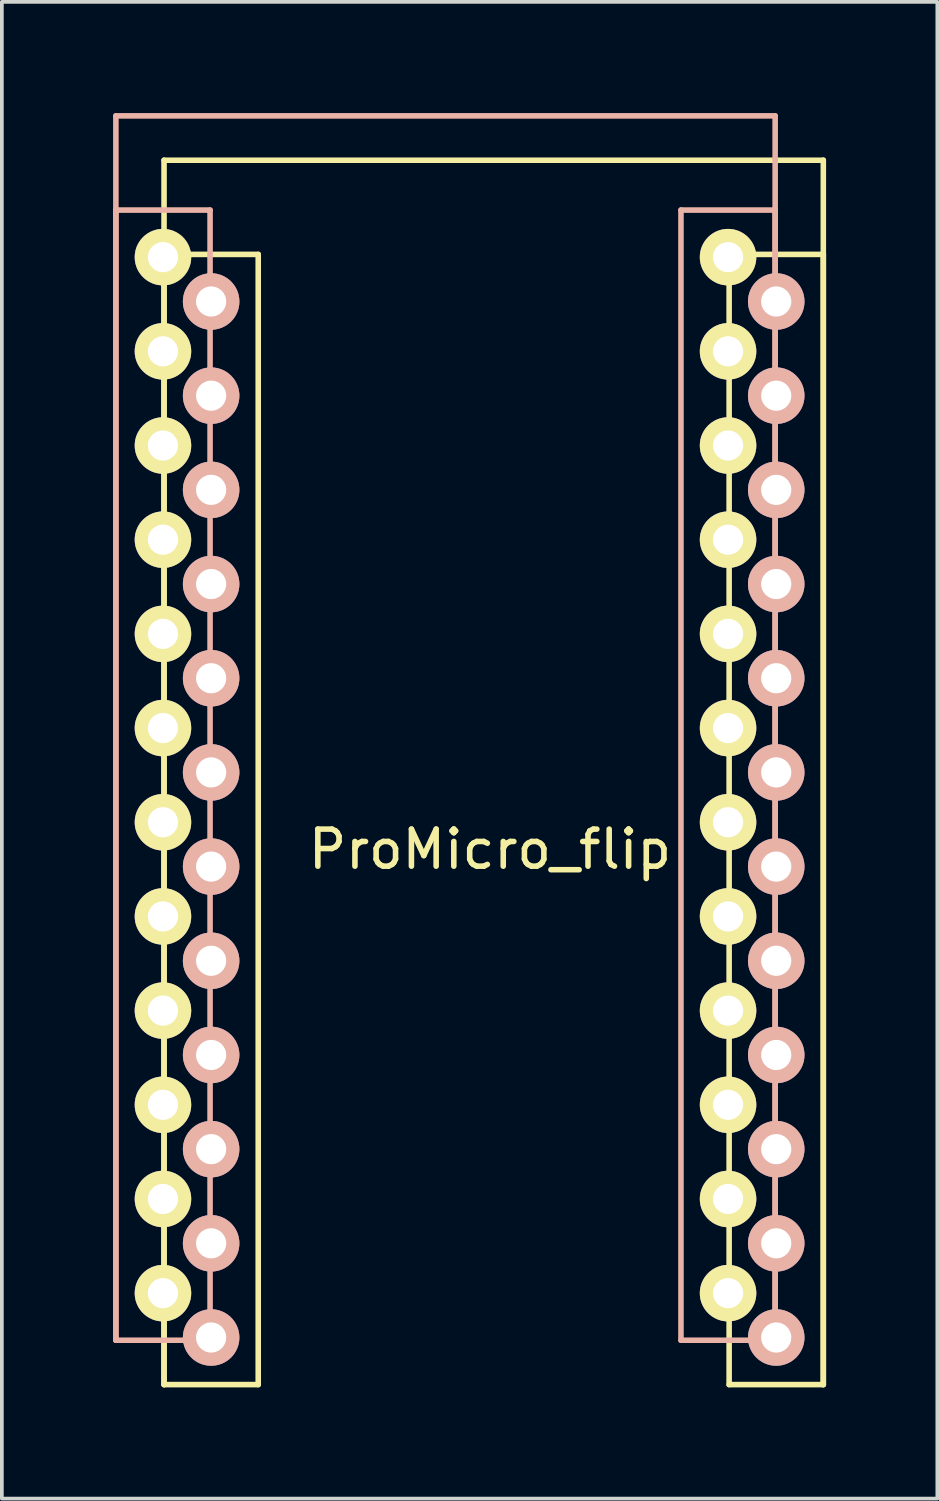
<source format=kicad_pcb>
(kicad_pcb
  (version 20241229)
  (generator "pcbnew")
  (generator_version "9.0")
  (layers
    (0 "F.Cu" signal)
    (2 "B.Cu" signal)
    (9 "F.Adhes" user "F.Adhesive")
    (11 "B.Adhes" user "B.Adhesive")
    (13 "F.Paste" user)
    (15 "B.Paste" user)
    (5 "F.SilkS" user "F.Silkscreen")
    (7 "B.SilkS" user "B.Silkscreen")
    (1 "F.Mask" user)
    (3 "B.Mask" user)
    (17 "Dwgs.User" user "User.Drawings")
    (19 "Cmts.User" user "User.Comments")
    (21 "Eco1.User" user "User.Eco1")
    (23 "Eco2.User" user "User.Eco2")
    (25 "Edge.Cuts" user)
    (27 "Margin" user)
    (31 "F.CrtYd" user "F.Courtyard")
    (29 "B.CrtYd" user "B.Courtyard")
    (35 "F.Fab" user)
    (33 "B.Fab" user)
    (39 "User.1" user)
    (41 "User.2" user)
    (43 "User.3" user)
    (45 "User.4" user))
  (footprint "ProMicro_flip"
    (layer "F.Cu")
    (at 10.165 18.655)
    (property "Reference" "ProMicro_flip" (at 0 1.2 0) (layer "F.SilkS") (effects (font (size 1 1) (thickness 0.15))))
    (attr through_hole)
    (fp_line (start -8.791 -17.384) (end -8.791 15.636) (stroke (width 0.15) (type solid)) (layer "F.SilkS"))
    (fp_line (start -8.791 -14.844) (end -8.791 15.636) (stroke (width 0.15) (type solid)) (layer "F.SilkS"))
    (fp_line (start -8.791 15.636) (end -6.251 15.636) (stroke (width 0.15) (type solid)) (layer "F.SilkS"))
    (fp_line (start -6.251 -14.844) (end -8.791 -14.844) (stroke (width 0.15) (type solid)) (layer "F.SilkS"))
    (fp_line (start -6.251 15.636) (end -6.251 -14.844) (stroke (width 0.15) (type solid)) (layer "F.SilkS"))
    (fp_line (start 6.449 -14.844) (end 6.449 15.636) (stroke (width 0.15) (type solid)) (layer "F.SilkS"))
    (fp_line (start 6.449 15.636) (end 8.989 15.636) (stroke (width 0.15) (type solid)) (layer "F.SilkS"))
    (fp_line (start 8.989 -17.384) (end -8.791 -17.384) (stroke (width 0.15) (type solid)) (layer "F.SilkS"))
    (fp_line (start 8.989 -14.844) (end 6.449 -14.844) (stroke (width 0.15) (type solid)) (layer "F.SilkS"))
    (fp_line (start 8.989 15.636) (end 8.989 -17.384) (stroke (width 0.15) (type solid)) (layer "F.SilkS"))
    (fp_line (start 8.989 15.636) (end 8.989 -14.844) (stroke (width 0.15) (type solid)) (layer "F.SilkS"))
    (fp_line (start -10.09 -18.58) (end 7.69 -18.58) (stroke (width 0.15) (type solid)) (layer "B.SilkS"))
    (fp_line (start -10.09 -16.04) (end -7.55 -16.04) (stroke (width 0.15) (type solid)) (layer "B.SilkS"))
    (fp_line (start -10.09 14.44) (end -10.09 -18.58) (stroke (width 0.15) (type solid)) (layer "B.SilkS"))
    (fp_line (start -10.09 14.44) (end -10.09 -16.04) (stroke (width 0.15) (type solid)) (layer "B.SilkS"))
    (fp_line (start -7.55 -16.04) (end -7.55 14.44) (stroke (width 0.15) (type solid)) (layer "B.SilkS"))
    (fp_line (start -7.55 14.44) (end -10.09 14.44) (stroke (width 0.15) (type solid)) (layer "B.SilkS"))
    (fp_line (start 5.15 -16.04) (end 7.69 -16.04) (stroke (width 0.15) (type solid)) (layer "B.SilkS"))
    (fp_line (start 5.15 14.44) (end 5.15 -16.04) (stroke (width 0.15) (type solid)) (layer "B.SilkS"))
    (fp_line (start 7.69 -18.58) (end 7.69 14.44) (stroke (width 0.15) (type solid)) (layer "B.SilkS"))
    (fp_line (start 7.69 -16.04) (end 7.69 14.44) (stroke (width 0.15) (type solid)) (layer "B.SilkS"))
    (fp_line (start 7.69 14.44) (end 5.15 14.44) (stroke (width 0.15) (type solid)) (layer "B.SilkS"))
    (pad "1" thru_hole circle (at -8.82 -14.77) (size 1.524 1.524) (drill 0.813) (layers "*.Cu" "*.Mask" "F.SilkS"))
    (pad "1" thru_hole circle (at 7.719 -13.574 180) (size 1.524 1.524) (drill 0.813) (layers "*.Cu" "*.Mask" "B.SilkS"))
    (pad "2" thru_hole circle (at -8.82 -12.23) (size 1.524 1.524) (drill 0.813) (layers "*.Cu" "*.Mask" "F.SilkS"))
    (pad "2" thru_hole circle (at 7.719 -11.034 180) (size 1.524 1.524) (drill 0.813) (layers "*.Cu" "*.Mask" "B.SilkS"))
    (pad "3" thru_hole circle (at -8.82 -9.69) (size 1.524 1.524) (drill 0.813) (layers "*.Cu" "*.Mask" "F.SilkS"))
    (pad "3" thru_hole circle (at 7.719 -8.494 180) (size 1.524 1.524) (drill 0.813) (layers "*.Cu" "*.Mask" "B.SilkS"))
    (pad "4" thru_hole circle (at -8.82 -7.15) (size 1.524 1.524) (drill 0.813) (layers "*.Cu" "*.Mask" "F.SilkS"))
    (pad "4" thru_hole circle (at 7.719 -5.954 180) (size 1.524 1.524) (drill 0.813) (layers "*.Cu" "*.Mask" "B.SilkS"))
    (pad "5" thru_hole circle (at -8.82 -4.61) (size 1.524 1.524) (drill 0.813) (layers "*.Cu" "*.Mask" "F.SilkS"))
    (pad "5" thru_hole circle (at 7.719 -3.414 180) (size 1.524 1.524) (drill 0.813) (layers "*.Cu" "*.Mask" "B.SilkS"))
    (pad "6" thru_hole circle (at -8.82 -2.07) (size 1.524 1.524) (drill 0.813) (layers "*.Cu" "*.Mask" "F.SilkS"))
    (pad "6" thru_hole circle (at 7.719 -0.874 180) (size 1.524 1.524) (drill 0.813) (layers "*.Cu" "*.Mask" "B.SilkS"))
    (pad "7" thru_hole circle (at -8.82 0.47) (size 1.524 1.524) (drill 0.813) (layers "*.Cu" "*.Mask" "F.SilkS"))
    (pad "7" thru_hole circle (at 7.719 1.666 180) (size 1.524 1.524) (drill 0.813) (layers "*.Cu" "*.Mask" "B.SilkS"))
    (pad "8" thru_hole circle (at -8.82 3.01) (size 1.524 1.524) (drill 0.813) (layers "*.Cu" "*.Mask" "F.SilkS"))
    (pad "8" thru_hole circle (at 7.719 4.206 180) (size 1.524 1.524) (drill 0.813) (layers "*.Cu" "*.Mask" "B.SilkS"))
    (pad "9" thru_hole circle (at -8.82 5.55) (size 1.524 1.524) (drill 0.813) (layers "*.Cu" "*.Mask" "F.SilkS"))
    (pad "9" thru_hole circle (at 7.719 6.746 180) (size 1.524 1.524) (drill 0.813) (layers "*.Cu" "*.Mask" "B.SilkS"))
    (pad "10" thru_hole circle (at -8.82 8.09) (size 1.524 1.524) (drill 0.813) (layers "*.Cu" "*.Mask" "F.SilkS"))
    (pad "10" thru_hole circle (at 7.719 9.286 180) (size 1.524 1.524) (drill 0.813) (layers "*.Cu" "*.Mask" "B.SilkS"))
    (pad "11" thru_hole circle (at -8.82 10.63) (size 1.524 1.524) (drill 0.813) (layers "*.Cu" "*.Mask" "F.SilkS"))
    (pad "11" thru_hole circle (at 7.719 11.826 180) (size 1.524 1.524) (drill 0.813) (layers "*.Cu" "*.Mask" "B.SilkS"))
    (pad "12" thru_hole circle (at -8.82 13.17) (size 1.524 1.524) (drill 0.813) (layers "*.Cu" "*.Mask" "F.SilkS"))
    (pad "12" thru_hole circle (at 7.719 14.366 180) (size 1.524 1.524) (drill 0.813) (layers "*.Cu" "*.Mask" "B.SilkS"))
    (pad "13" thru_hole circle (at -7.521 14.366 180) (size 1.524 1.524) (drill 0.813) (layers "*.Cu" "*.Mask" "B.SilkS"))
    (pad "13" thru_hole circle (at 6.42 13.17) (size 1.524 1.524) (drill 0.813) (layers "*.Cu" "*.Mask" "F.SilkS"))
    (pad "14" thru_hole circle (at -7.521 11.826 180) (size 1.524 1.524) (drill 0.813) (layers "*.Cu" "*.Mask" "B.SilkS"))
    (pad "14" thru_hole circle (at 6.42 10.63) (size 1.524 1.524) (drill 0.813) (layers "*.Cu" "*.Mask" "F.SilkS"))
    (pad "15" thru_hole circle (at -7.521 9.286 180) (size 1.524 1.524) (drill 0.813) (layers "*.Cu" "*.Mask" "B.SilkS"))
    (pad "15" thru_hole circle (at 6.42 8.09) (size 1.524 1.524) (drill 0.813) (layers "*.Cu" "*.Mask" "F.SilkS"))
    (pad "16" thru_hole circle (at -7.521 6.746 180) (size 1.524 1.524) (drill 0.813) (layers "*.Cu" "*.Mask" "B.SilkS"))
    (pad "16" thru_hole circle (at 6.42 5.55) (size 1.524 1.524) (drill 0.813) (layers "*.Cu" "*.Mask" "F.SilkS"))
    (pad "17" thru_hole circle (at -7.521 4.206 180) (size 1.524 1.524) (drill 0.813) (layers "*.Cu" "*.Mask" "B.SilkS"))
    (pad "17" thru_hole circle (at 6.42 3.01) (size 1.524 1.524) (drill 0.813) (layers "*.Cu" "*.Mask" "F.SilkS"))
    (pad "18" thru_hole circle (at -7.521 1.666 180) (size 1.524 1.524) (drill 0.813) (layers "*.Cu" "*.Mask" "B.SilkS"))
    (pad "18" thru_hole circle (at 6.42 0.47) (size 1.524 1.524) (drill 0.813) (layers "*.Cu" "*.Mask" "F.SilkS"))
    (pad "19" thru_hole circle (at -7.521 -0.874 180) (size 1.524 1.524) (drill 0.813) (layers "*.Cu" "*.Mask" "B.SilkS"))
    (pad "19" thru_hole circle (at 6.42 -2.07) (size 1.524 1.524) (drill 0.813) (layers "*.Cu" "*.Mask" "F.SilkS"))
    (pad "20" thru_hole circle (at -7.521 -3.414 180) (size 1.524 1.524) (drill 0.813) (layers "*.Cu" "*.Mask" "B.SilkS"))
    (pad "20" thru_hole circle (at 6.42 -4.61) (size 1.524 1.524) (drill 0.813) (layers "*.Cu" "*.Mask" "F.SilkS"))
    (pad "21" thru_hole circle (at -7.521 -5.954 180) (size 1.524 1.524) (drill 0.813) (layers "*.Cu" "*.Mask" "B.SilkS"))
    (pad "21" thru_hole circle (at 6.42 -7.15) (size 1.524 1.524) (drill 0.813) (layers "*.Cu" "*.Mask" "F.SilkS"))
    (pad "22" thru_hole circle (at -7.521 -8.494 180) (size 1.524 1.524) (drill 0.813) (layers "*.Cu" "*.Mask" "B.SilkS"))
    (pad "22" thru_hole circle (at 6.42 -9.69) (size 1.524 1.524) (drill 0.813) (layers "*.Cu" "*.Mask" "F.SilkS"))
    (pad "23" thru_hole circle (at -7.521 -11.034 180) (size 1.524 1.524) (drill 0.813) (layers "*.Cu" "*.Mask" "B.SilkS"))
    (pad "23" thru_hole circle (at 6.42 -12.23) (size 1.524 1.524) (drill 0.813) (layers "*.Cu" "*.Mask" "F.SilkS"))
    (pad "24" thru_hole circle (at -7.521 -13.574 180) (size 1.524 1.524) (drill 0.813) (layers "*.Cu" "*.Mask" "B.SilkS"))
    (pad "24" thru_hole circle (at 6.42 -14.77) (size 1.524 1.524) (drill 0.813) (layers "*.Cu" "*.Mask" "F.SilkS")))
  (gr_rect
    (start -3 -3)
    (end 22.229 37.366)
    (stroke (width 0.1) (type default))
    (fill no)
    (layer "Edge.Cuts")))
</source>
